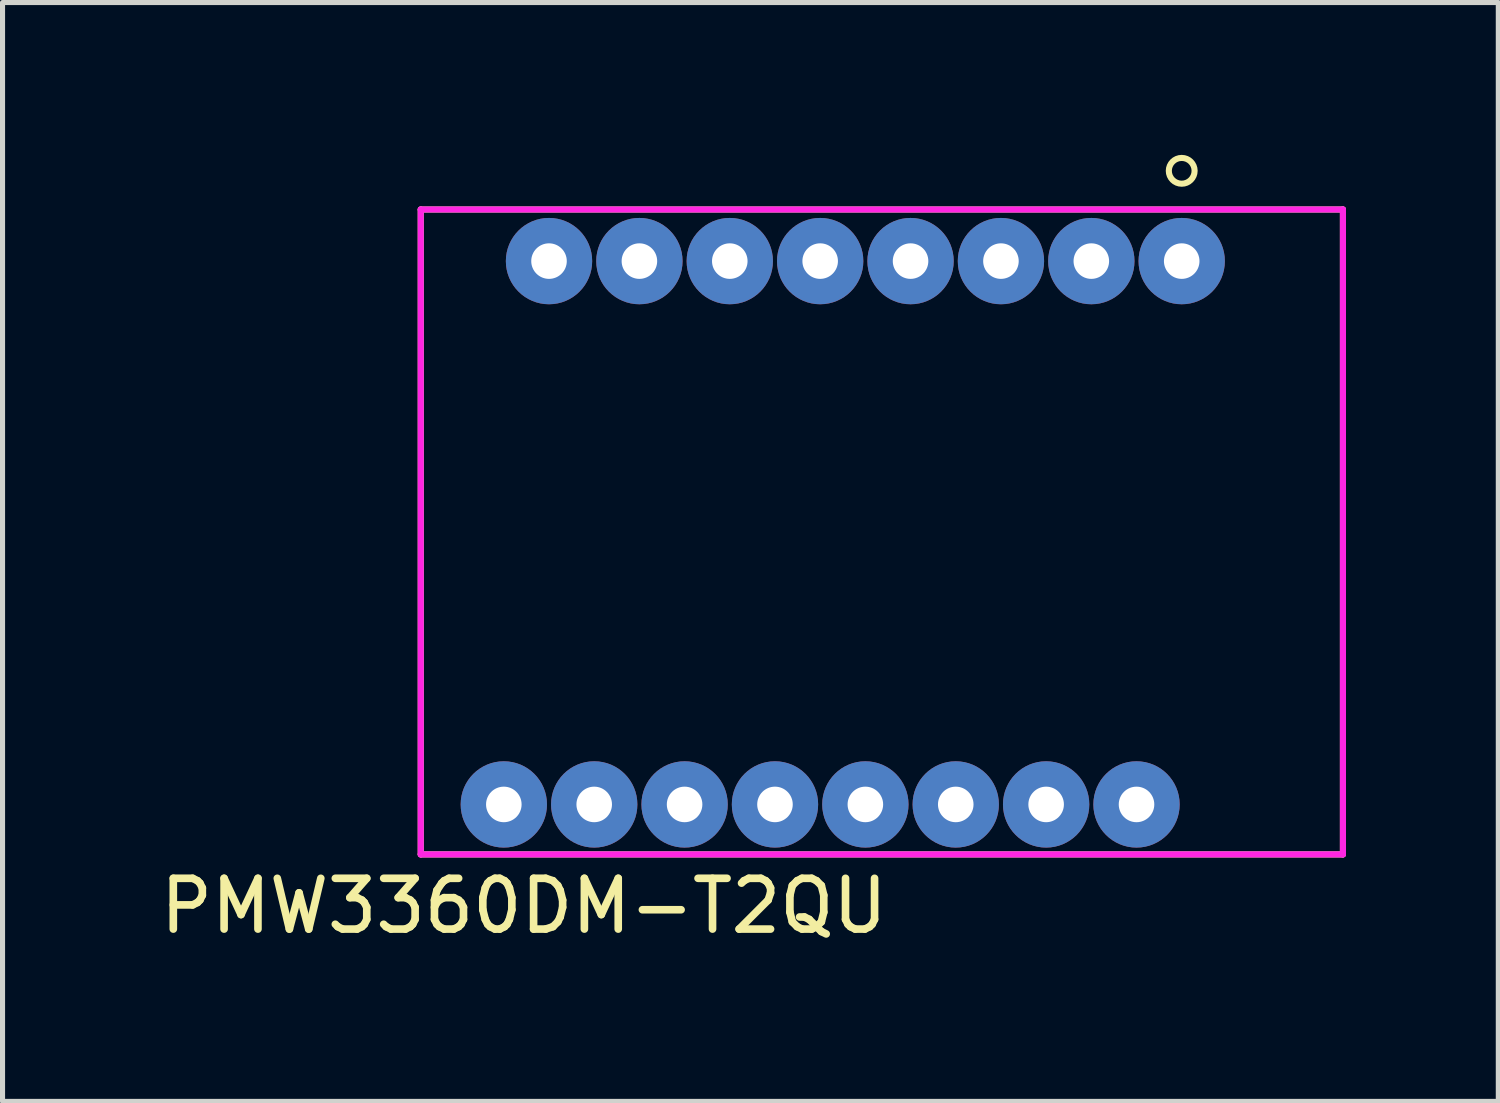
<source format=kicad_pcb>
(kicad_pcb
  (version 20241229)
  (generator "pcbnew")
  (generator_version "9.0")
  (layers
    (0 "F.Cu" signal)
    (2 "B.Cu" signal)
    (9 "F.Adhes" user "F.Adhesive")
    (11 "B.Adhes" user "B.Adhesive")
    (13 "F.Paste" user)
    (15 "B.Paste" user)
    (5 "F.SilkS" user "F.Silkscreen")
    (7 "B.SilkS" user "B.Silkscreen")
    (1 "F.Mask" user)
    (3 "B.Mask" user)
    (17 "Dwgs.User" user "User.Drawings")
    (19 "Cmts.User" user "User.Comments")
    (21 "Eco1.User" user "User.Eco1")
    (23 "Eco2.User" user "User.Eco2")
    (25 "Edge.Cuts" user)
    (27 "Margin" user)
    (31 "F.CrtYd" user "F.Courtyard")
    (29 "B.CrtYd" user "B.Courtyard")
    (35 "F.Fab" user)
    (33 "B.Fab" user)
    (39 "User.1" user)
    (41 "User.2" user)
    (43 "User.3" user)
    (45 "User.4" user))
  (footprint "PMW3360DM-T2QU"
    (layer "F.Cu")
    (at 20.222 2.092)
    (property "Reference" "PMW3360DM-T2QU" (at -12.954 12.7 0) (layer "F.SilkS") (effects (font (size 1 1) (thickness 0.15))))
    (attr through_hole)
    (fp_line (start -14.986 -1.016) (end 3.175 -1.016) (stroke (width 0.12) (type solid)) (layer "F.SilkS"))
    (fp_line (start -14.986 11.684) (end -14.986 -1.016) (stroke (width 0.12) (type solid)) (layer "F.SilkS"))
    (fp_line (start 3.175 -1.016) (end 3.175 11.684) (stroke (width 0.12) (type solid)) (layer "F.SilkS"))
    (fp_line (start 3.175 11.684) (end -14.986 11.684) (stroke (width 0.12) (type solid)) (layer "F.SilkS"))
    (fp_circle (center 0 -1.778) (end 0.254 -1.778) (stroke (width 0.12) (type solid)) (fill no) (layer "F.SilkS"))
    (fp_line (start -14.48 1.05) (end -14.48 9.65) (stroke (width 0.12) (type solid)) (layer "Eco1.User"))
    (fp_line (start 2.78 1.05) (end -14.48 1.05) (stroke (width 0.12) (type solid)) (layer "Eco1.User"))
    (fp_line (start 2.78 1.05) (end 2.78 9.65) (stroke (width 0.12) (type solid)) (layer "Eco1.User"))
    (fp_line (start 2.78 9.65) (end -14.48 9.65) (stroke (width 0.12) (type solid)) (layer "Eco1.User"))
    (fp_line (start -14.986 -1.016) (end 3.175 -1.016) (stroke (width 0.12) (type solid)) (layer "F.CrtYd"))
    (fp_line (start -14.986 11.684) (end -14.986 -1.016) (stroke (width 0.12) (type solid)) (layer "F.CrtYd"))
    (fp_line (start 3.175 -1.016) (end 3.175 11.684) (stroke (width 0.12) (type solid)) (layer "F.CrtYd"))
    (fp_line (start 3.175 11.684) (end -14.986 11.684) (stroke (width 0.12) (type solid)) (layer "F.CrtYd"))
    (pad "1" thru_hole circle (at 0 0) (size 1.7 1.7) (drill 0.7) (layers "*.Cu" "*.Mask"))
    (pad "2" thru_hole circle (at -1.78 0) (size 1.7 1.7) (drill 0.7) (layers "*.Cu" "*.Mask"))
    (pad "3" thru_hole circle (at -3.56 0) (size 1.7 1.7) (drill 0.7) (layers "*.Cu" "*.Mask"))
    (pad "4" thru_hole circle (at -5.34 0) (size 1.7 1.7) (drill 0.7) (layers "*.Cu" "*.Mask"))
    (pad "5" thru_hole circle (at -7.12 0) (size 1.7 1.7) (drill 0.7) (layers "*.Cu" "*.Mask"))
    (pad "6" thru_hole circle (at -8.9 0) (size 1.7 1.7) (drill 0.7) (layers "*.Cu" "*.Mask"))
    (pad "7" thru_hole circle (at -10.68 0) (size 1.7 1.7) (drill 0.7) (layers "*.Cu" "*.Mask"))
    (pad "8" thru_hole circle (at -12.46 0) (size 1.7 1.7) (drill 0.7) (layers "*.Cu" "*.Mask"))
    (pad "9" thru_hole circle (at -13.35 10.7) (size 1.7 1.7) (drill 0.7) (layers "*.Cu" "*.Mask"))
    (pad "10" thru_hole circle (at -11.57 10.7) (size 1.7 1.7) (drill 0.7) (layers "*.Cu" "*.Mask"))
    (pad "11" thru_hole circle (at -9.79 10.7) (size 1.7 1.7) (drill 0.7) (layers "*.Cu" "*.Mask"))
    (pad "12" thru_hole circle (at -8.01 10.7) (size 1.7 1.7) (drill 0.7) (layers "*.Cu" "*.Mask"))
    (pad "13" thru_hole circle (at -6.23 10.7) (size 1.7 1.7) (drill 0.7) (layers "*.Cu" "*.Mask"))
    (pad "14" thru_hole circle (at -4.45 10.7) (size 1.7 1.7) (drill 0.7) (layers "*.Cu" "*.Mask"))
    (pad "15" thru_hole circle (at -2.67 10.7) (size 1.7 1.7) (drill 0.7) (layers "*.Cu" "*.Mask"))
    (pad "16" thru_hole circle (at -0.89 10.7) (size 1.7 1.7) (drill 0.7) (layers "*.Cu" "*.Mask")))
  (gr_rect
    (start -3 -3)
    (end 26.457 18.64)
    (stroke (width 0.1) (type default))
    (fill no)
    (layer "Edge.Cuts")))
</source>
